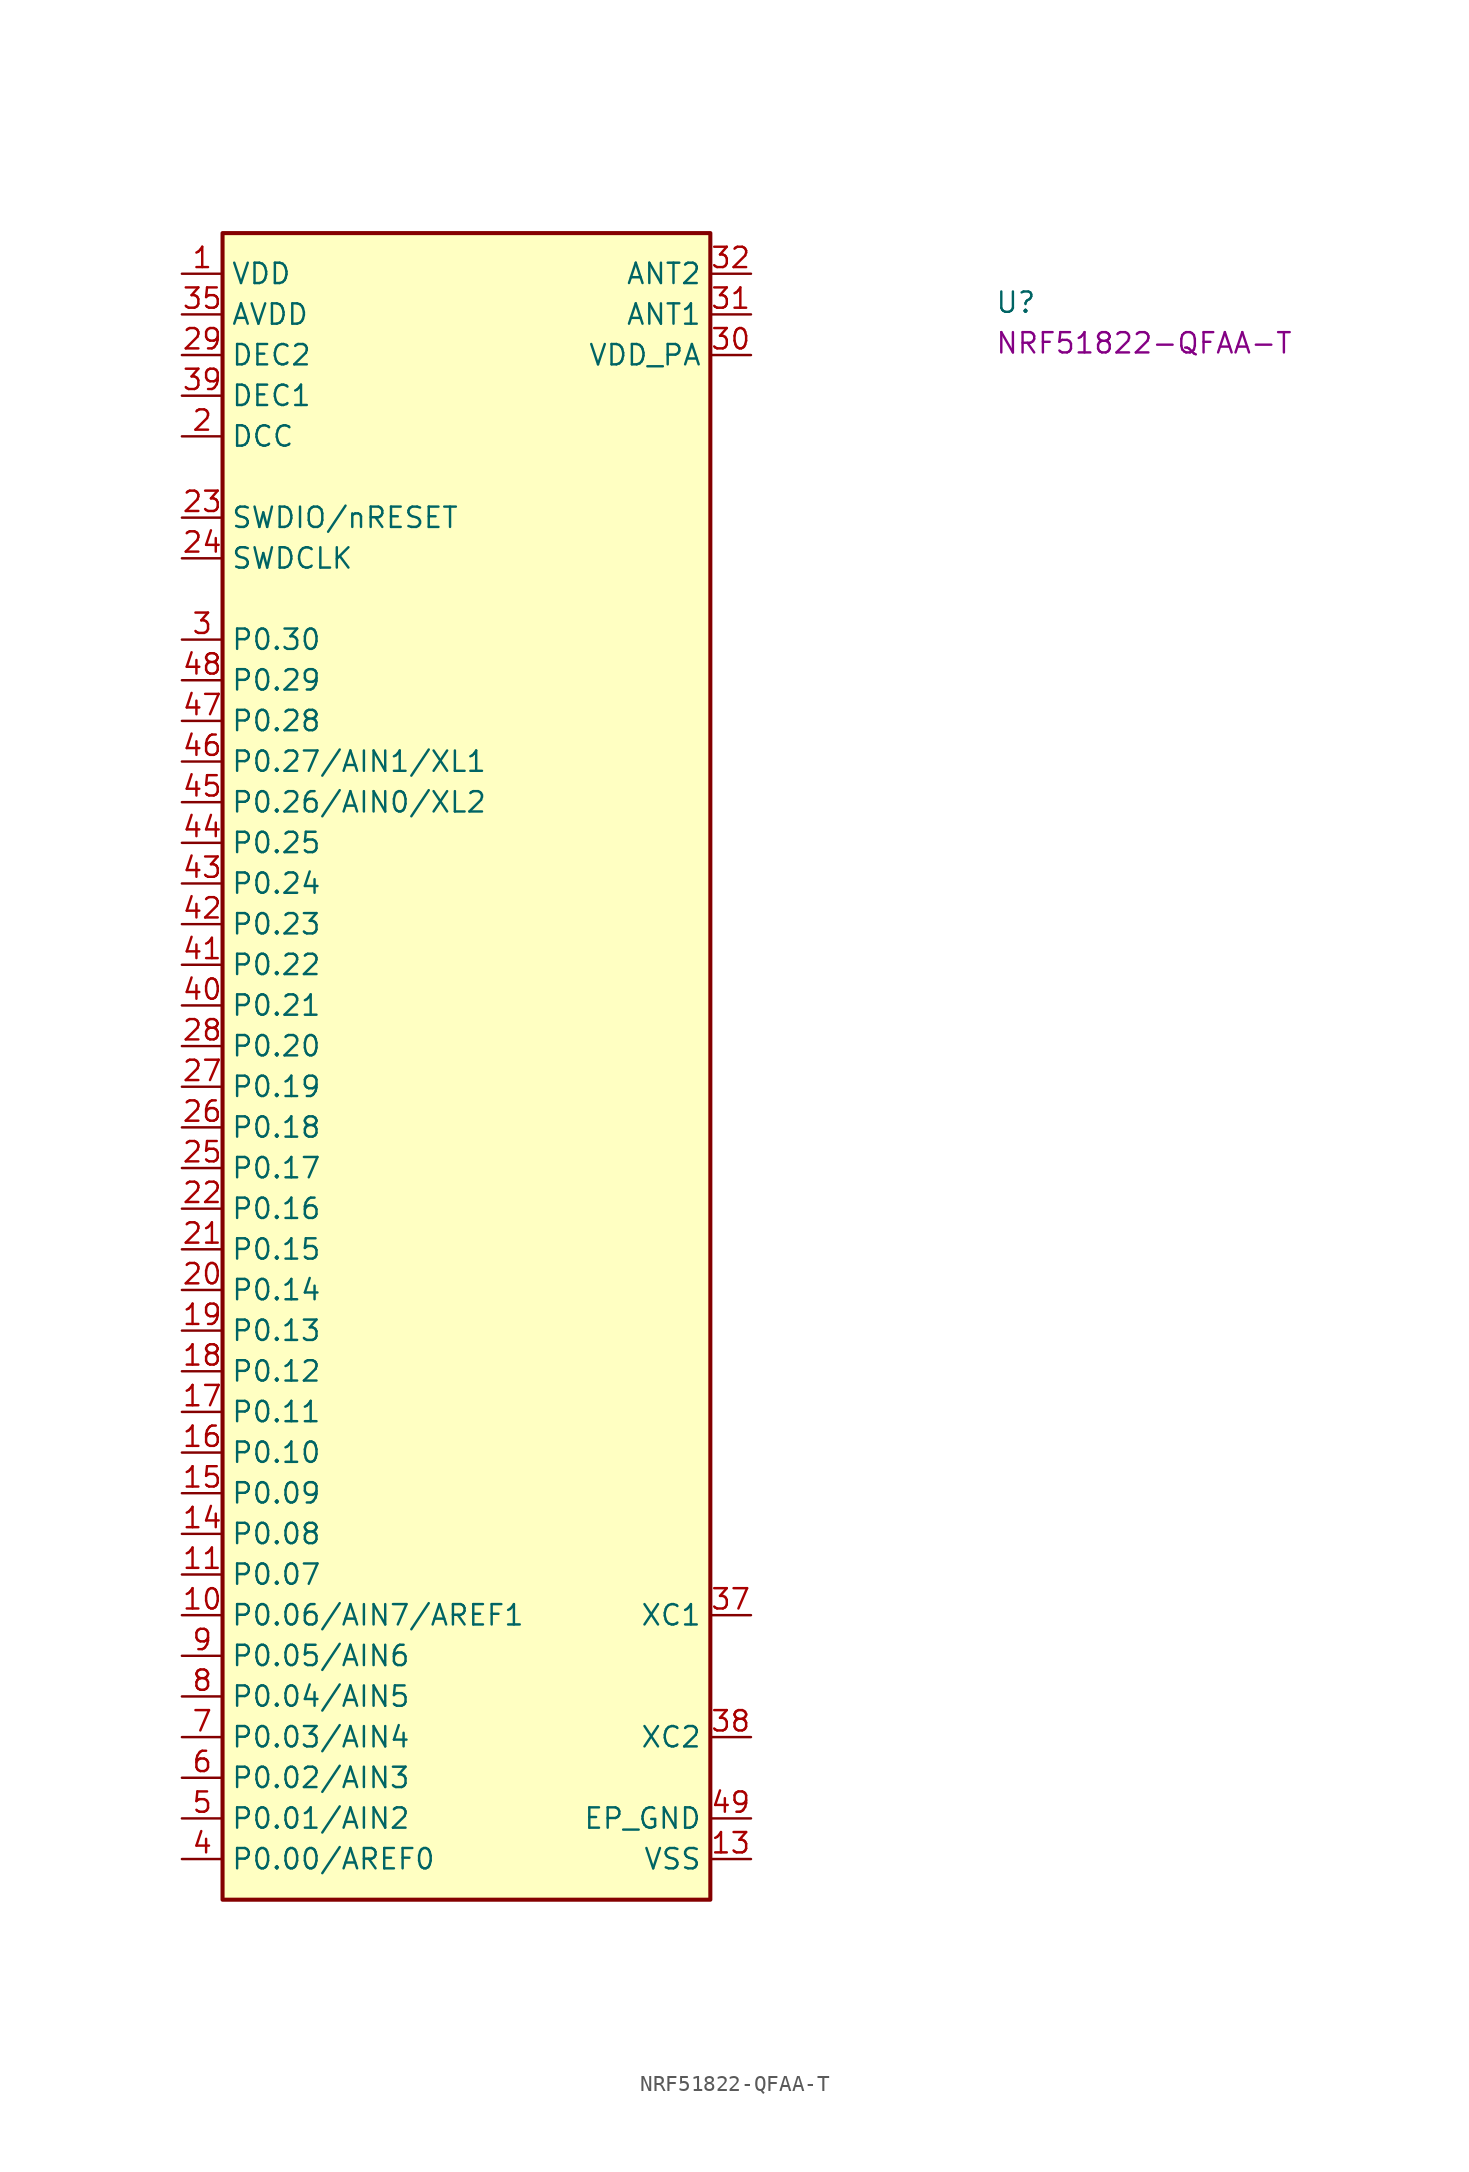
<source format=kicad_sym>
(kicad_symbol_lib
  (version 20220914)
  (generator kicad_symbol_editor)
  (symbol "NRF51822-QFAA-T"
    (property "Reference" "U"
      (at 50.8 -2.54 0)
      (effects (font (size 1.27 1.27) (thickness 0.15)) (justify left bottom)))
    (property "MPN" "NRF51822-QFAA-T"
      (at 50.8 -5.08 0)
      (effects (font (size 1.27 1.27) (thickness 0.15)) (justify left bottom)))
    (symbol "NRF51822-QFAA-T_1_1"
      (rectangle (start 2.54 2.54) (end 33.02 -101.6) (stroke (width 0.254) (type default)) (fill (type background)))
      (pin power_in line (at 0 0 0) (length 2.54) (name "VDD" (effects (font (size 1.27 1.27)))) (number "1" (effects (font (size 1.27 1.27)))))
      (pin bidirectional line (at 0 -83.82 0) (length 2.54) (name "P0.06/AIN7/AREF1" (effects (font (size 1.27 1.27)))) (number "10" (effects (font (size 1.27 1.27)))))
      (pin bidirectional line (at 0 -81.28 0) (length 2.54) (name "P0.07" (effects (font (size 1.27 1.27)))) (number "11" (effects (font (size 1.27 1.27)))))
      (pin passive line (at 0 0 0) (length 2.54) hide (name "VDD" (effects (font (size 1.27 1.27)))) (number "12" (effects (font (size 1.27 1.27)))))
      (pin power_in line (at 35.56 -99.06 180) (length 2.54) (name "VSS" (effects (font (size 1.27 1.27)))) (number "13" (effects (font (size 1.27 1.27)))))
      (pin bidirectional line (at 0 -78.74 0) (length 2.54) (name "P0.08" (effects (font (size 1.27 1.27)))) (number "14" (effects (font (size 1.27 1.27)))))
      (pin bidirectional line (at 0 -76.2 0) (length 2.54) (name "P0.09" (effects (font (size 1.27 1.27)))) (number "15" (effects (font (size 1.27 1.27)))))
      (pin bidirectional line (at 0 -73.66 0) (length 2.54) (name "P0.10" (effects (font (size 1.27 1.27)))) (number "16" (effects (font (size 1.27 1.27)))))
      (pin bidirectional line (at 0 -71.12 0) (length 2.54) (name "P0.11" (effects (font (size 1.27 1.27)))) (number "17" (effects (font (size 1.27 1.27)))))
      (pin bidirectional line (at 0 -68.58 0) (length 2.54) (name "P0.12" (effects (font (size 1.27 1.27)))) (number "18" (effects (font (size 1.27 1.27)))))
      (pin bidirectional line (at 0 -66.04 0) (length 2.54) (name "P0.13" (effects (font (size 1.27 1.27)))) (number "19" (effects (font (size 1.27 1.27)))))
      (pin power_out line (at 0 -10.16 0) (length 2.54) (name "DCC" (effects (font (size 1.27 1.27)))) (number "2" (effects (font (size 1.27 1.27)))))
      (pin bidirectional line (at 0 -63.5 0) (length 2.54) (name "P0.14" (effects (font (size 1.27 1.27)))) (number "20" (effects (font (size 1.27 1.27)))))
      (pin bidirectional line (at 0 -60.96 0) (length 2.54) (name "P0.15" (effects (font (size 1.27 1.27)))) (number "21" (effects (font (size 1.27 1.27)))))
      (pin bidirectional line (at 0 -58.42 0) (length 2.54) (name "P0.16" (effects (font (size 1.27 1.27)))) (number "22" (effects (font (size 1.27 1.27)))))
      (pin bidirectional line (at 0 -15.24 0) (length 2.54) (name "SWDIO/nRESET" (effects (font (size 1.27 1.27)))) (number "23" (effects (font (size 1.27 1.27)))))
      (pin input line (at 0 -17.78 0) (length 2.54) (name "SWDCLK" (effects (font (size 1.27 1.27)))) (number "24" (effects (font (size 1.27 1.27)))))
      (pin bidirectional line (at 0 -55.88 0) (length 2.54) (name "P0.17" (effects (font (size 1.27 1.27)))) (number "25" (effects (font (size 1.27 1.27)))))
      (pin bidirectional line (at 0 -53.34 0) (length 2.54) (name "P0.18" (effects (font (size 1.27 1.27)))) (number "26" (effects (font (size 1.27 1.27)))))
      (pin bidirectional line (at 0 -50.8 0) (length 2.54) (name "P0.19" (effects (font (size 1.27 1.27)))) (number "27" (effects (font (size 1.27 1.27)))))
      (pin bidirectional line (at 0 -48.26 0) (length 2.54) (name "P0.20" (effects (font (size 1.27 1.27)))) (number "28" (effects (font (size 1.27 1.27)))))
      (pin power_in line (at 0 -5.08 0) (length 2.54) (name "DEC2" (effects (font (size 1.27 1.27)))) (number "29" (effects (font (size 1.27 1.27)))))
      (pin bidirectional line (at 0 -22.86 0) (length 2.54) (name "P0.30" (effects (font (size 1.27 1.27)))) (number "3" (effects (font (size 1.27 1.27)))))
      (pin power_out line (at 35.56 -5.08 180) (length 2.54) (name "VDD_PA" (effects (font (size 1.27 1.27)))) (number "30" (effects (font (size 1.27 1.27)))))
      (pin input line (at 35.56 -2.54 180) (length 2.54) (name "ANT1" (effects (font (size 1.27 1.27)))) (number "31" (effects (font (size 1.27 1.27)))))
      (pin input line (at 35.56 0 180) (length 2.54) (name "ANT2" (effects (font (size 1.27 1.27)))) (number "32" (effects (font (size 1.27 1.27)))))
      (pin passive line (at 35.56 -99.06 180) (length 2.54) hide (name "VSS" (effects (font (size 1.27 1.27)))) (number "33" (effects (font (size 1.27 1.27)))))
      (pin passive line (at 35.56 -99.06 180) (length 2.54) hide (name "VSS" (effects (font (size 1.27 1.27)))) (number "34" (effects (font (size 1.27 1.27)))))
      (pin power_in line (at 0 -2.54 0) (length 2.54) (name "AVDD" (effects (font (size 1.27 1.27)))) (number "35" (effects (font (size 1.27 1.27)))))
      (pin passive line (at 0 -2.54 0) (length 2.54) hide (name "AVDD" (effects (font (size 1.27 1.27)))) (number "36" (effects (font (size 1.27 1.27)))))
      (pin input line (at 35.56 -83.82 180) (length 2.54) (name "XC1" (effects (font (size 1.27 1.27)))) (number "37" (effects (font (size 1.27 1.27)))))
      (pin input line (at 35.56 -91.44 180) (length 2.54) (name "XC2" (effects (font (size 1.27 1.27)))) (number "38" (effects (font (size 1.27 1.27)))))
      (pin power_in line (at 0 -7.62 0) (length 2.54) (name "DEC1" (effects (font (size 1.27 1.27)))) (number "39" (effects (font (size 1.27 1.27)))))
      (pin bidirectional line (at 0 -99.06 0) (length 2.54) (name "P0.00/AREF0" (effects (font (size 1.27 1.27)))) (number "4" (effects (font (size 1.27 1.27)))))
      (pin bidirectional line (at 0 -45.72 0) (length 2.54) (name "P0.21" (effects (font (size 1.27 1.27)))) (number "40" (effects (font (size 1.27 1.27)))))
      (pin bidirectional line (at 0 -43.18 0) (length 2.54) (name "P0.22" (effects (font (size 1.27 1.27)))) (number "41" (effects (font (size 1.27 1.27)))))
      (pin bidirectional line (at 0 -40.64 0) (length 2.54) (name "P0.23" (effects (font (size 1.27 1.27)))) (number "42" (effects (font (size 1.27 1.27)))))
      (pin bidirectional line (at 0 -38.1 0) (length 2.54) (name "P0.24" (effects (font (size 1.27 1.27)))) (number "43" (effects (font (size 1.27 1.27)))))
      (pin bidirectional line (at 0 -35.56 0) (length 2.54) (name "P0.25" (effects (font (size 1.27 1.27)))) (number "44" (effects (font (size 1.27 1.27)))))
      (pin bidirectional line (at 0 -33.02 0) (length 2.54) (name "P0.26/AIN0/XL2" (effects (font (size 1.27 1.27)))) (number "45" (effects (font (size 1.27 1.27)))))
      (pin bidirectional line (at 0 -30.48 0) (length 2.54) (name "P0.27/AIN1/XL1" (effects (font (size 1.27 1.27)))) (number "46" (effects (font (size 1.27 1.27)))))
      (pin bidirectional line (at 0 -27.94 0) (length 2.54) (name "P0.28" (effects (font (size 1.27 1.27)))) (number "47" (effects (font (size 1.27 1.27)))))
      (pin bidirectional line (at 0 -25.4 0) (length 2.54) (name "P0.29" (effects (font (size 1.27 1.27)))) (number "48" (effects (font (size 1.27 1.27)))))
      (pin power_in line (at 35.56 -96.52 180) (length 2.54) (name "EP_GND" (effects (font (size 1.27 1.27)))) (number "49" (effects (font (size 1.27 1.27)))))
      (pin bidirectional line (at 0 -96.52 0) (length 2.54) (name "P0.01/AIN2" (effects (font (size 1.27 1.27)))) (number "5" (effects (font (size 1.27 1.27)))))
      (pin bidirectional line (at 0 -93.98 0) (length 2.54) (name "P0.02/AIN3" (effects (font (size 1.27 1.27)))) (number "6" (effects (font (size 1.27 1.27)))))
      (pin bidirectional line (at 0 -91.44 0) (length 2.54) (name "P0.03/AIN4" (effects (font (size 1.27 1.27)))) (number "7" (effects (font (size 1.27 1.27)))))
      (pin bidirectional line (at 0 -88.9 0) (length 2.54) (name "P0.04/AIN5" (effects (font (size 1.27 1.27)))) (number "8" (effects (font (size 1.27 1.27)))))
      (pin bidirectional line (at 0 -86.36 0) (length 2.54) (name "P0.05/AIN6" (effects (font (size 1.27 1.27)))) (number "9" (effects (font (size 1.27 1.27))))))))
</source>
